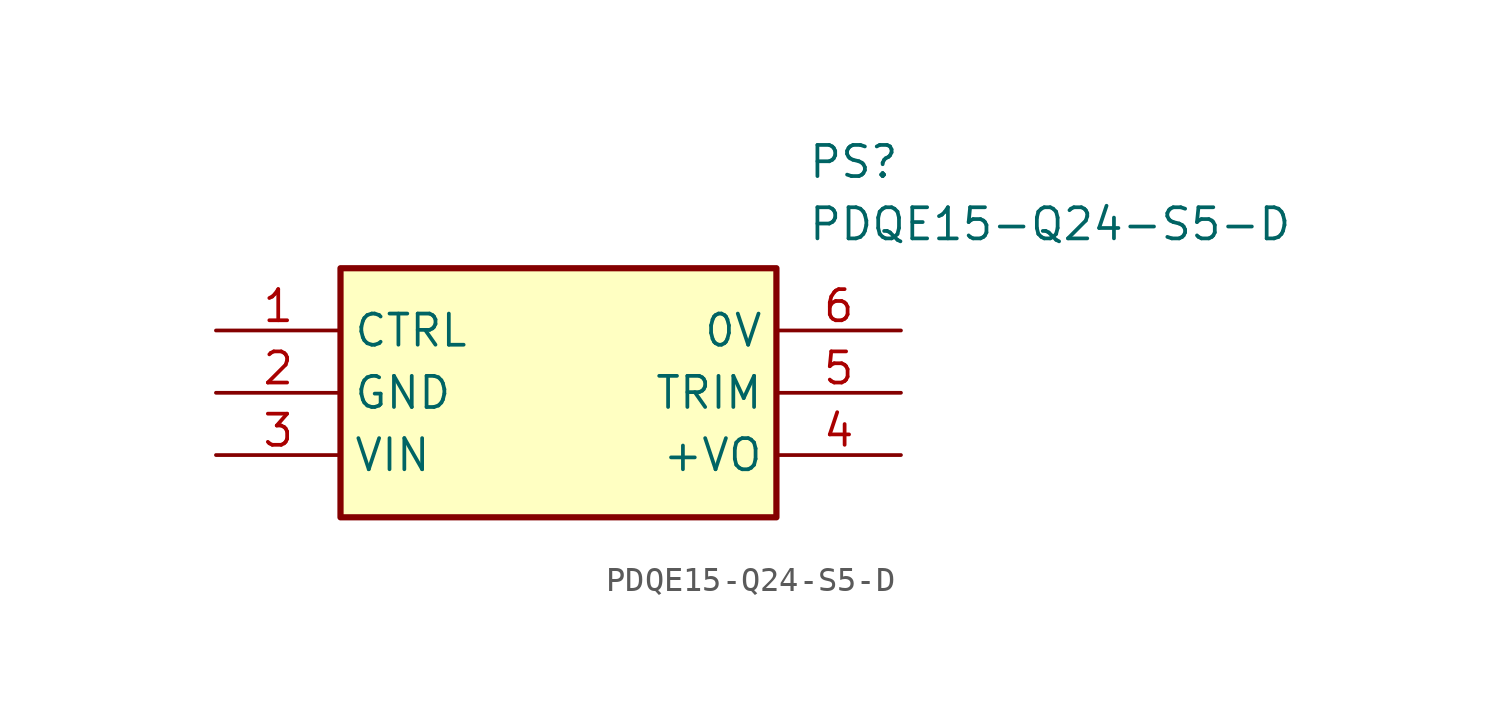
<source format=kicad_sym>
(kicad_symbol_lib
  (version 20211014)
  (generator SamacSys_ECAD_Model)
  (symbol "PDQE15-Q24-S5-D"
    (property "Reference" "PS"
      (at 24.13 7.62 0)
      (effects (font (size 1.27 1.27)) (justify left top)))
    (property "Value" "PDQE15-Q24-S5-D"
      (at 24.13 5.08 0)
      (effects (font (size 1.27 1.27)) (justify left top)))
    (rectangle
      (start 5.08 2.54)
      (end 22.86 -7.62)
      (stroke (width 0.254) (type default))
      (fill (type background)))
    (pin passive line
      (at 0 0 0)
      (length 5.08)
      (name "CTRL" (effects (font (size 1.27 1.27))))
      (number "1" (effects (font (size 1.27 1.27)))))
    (pin passive line
      (at 0 -2.54 0)
      (length 5.08)
      (name "GND" (effects (font (size 1.27 1.27))))
      (number "2" (effects (font (size 1.27 1.27)))))
    (pin passive line
      (at 0 -5.08 0)
      (length 5.08)
      (name "VIN" (effects (font (size 1.27 1.27))))
      (number "3" (effects (font (size 1.27 1.27)))))
    (pin passive line
      (at 27.94 -5.08 180)
      (length 5.08)
      (name "+VO" (effects (font (size 1.27 1.27))))
      (number "4" (effects (font (size 1.27 1.27)))))
    (pin passive line
      (at 27.94 -2.54 180)
      (length 5.08)
      (name "TRIM" (effects (font (size 1.27 1.27))))
      (number "5" (effects (font (size 1.27 1.27)))))
    (pin passive line
      (at 27.94 0 180)
      (length 5.08)
      (name "0V" (effects (font (size 1.27 1.27))))
      (number "6" (effects (font (size 1.27 1.27)))))))
</source>
